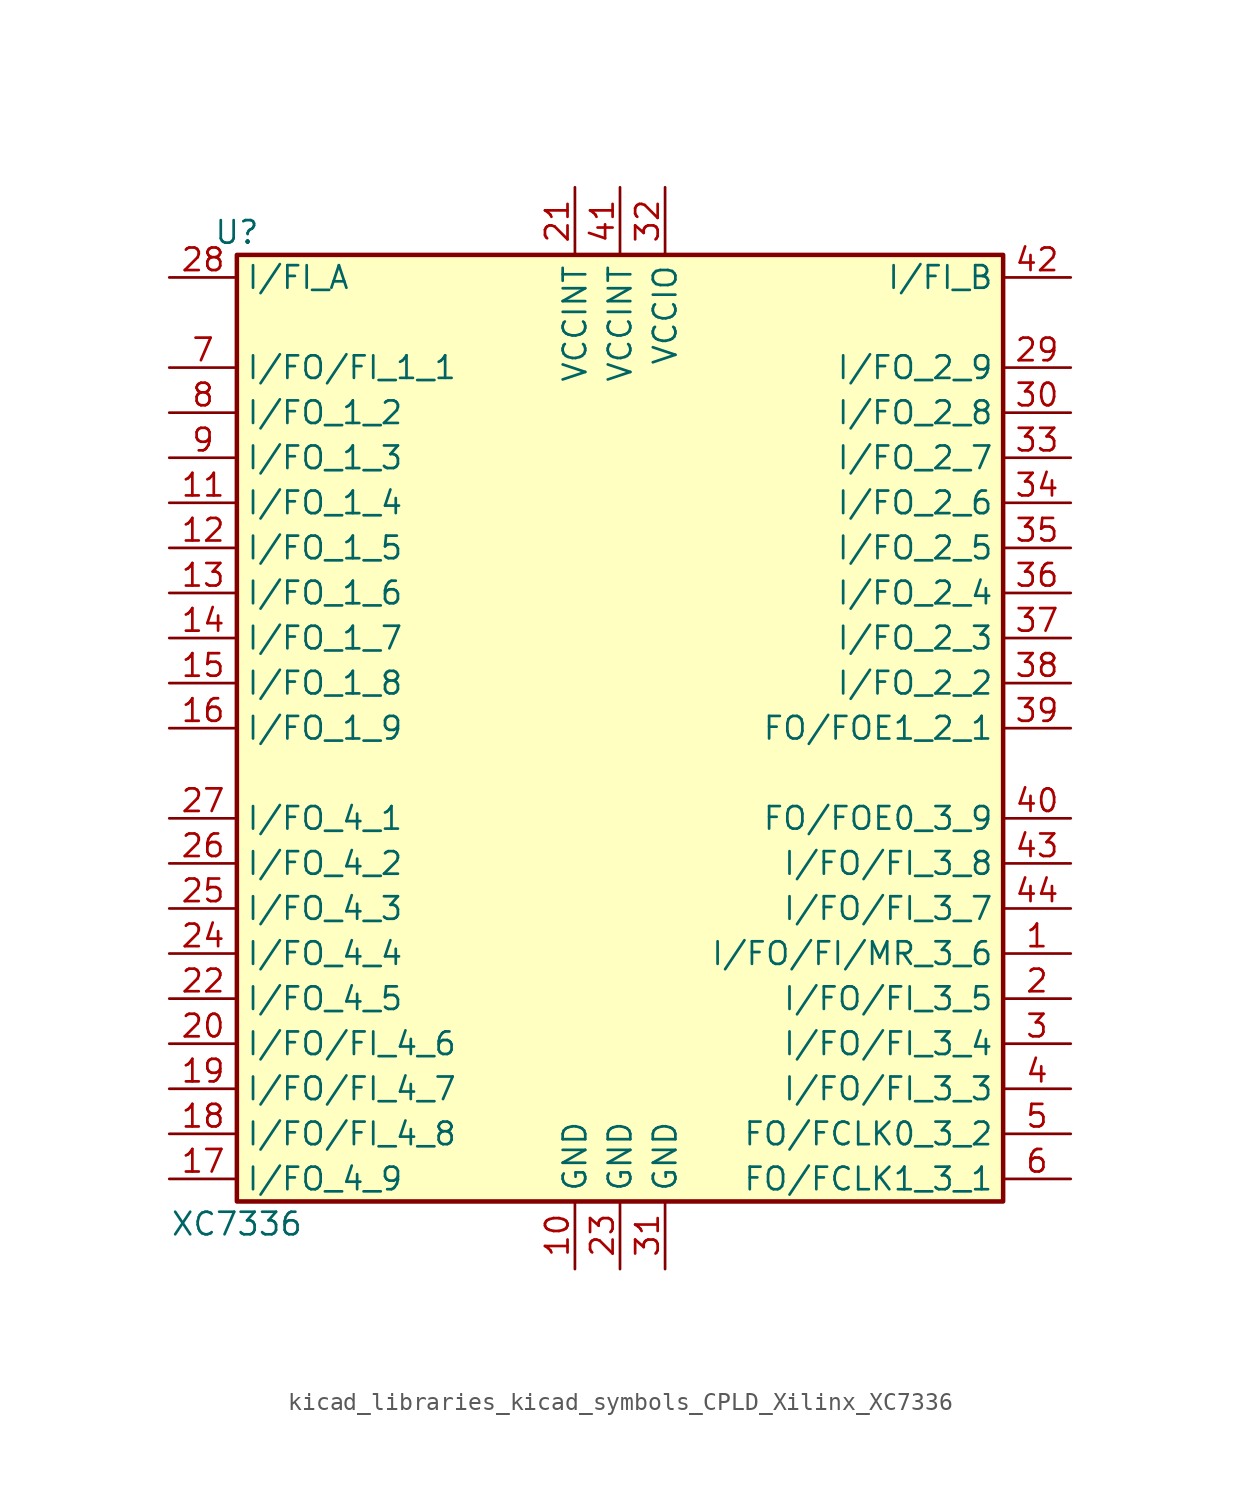
<source format=kicad_sym>
(kicad_symbol_lib
  (version 20220914)
  (generator kicad_symbol_editor)
  (symbol "kicad_libraries_kicad_symbols_CPLD_Xilinx_XC7336"
    (property "Reference" "U"
      (at -21.59 27.94 0)
      (effects (font (size 1.27 1.27))))
    (property "Value" "XC7336"
      (at -21.59 -27.94 0)
      (effects (font (size 1.27 1.27))))
    (symbol "kicad_libraries_kicad_symbols_CPLD_Xilinx_XC7336_1_1"
      (rectangle (start -21.59 26.67) (end 21.59 -26.67) (stroke (width 0.254) (type default)) (fill (type background)))
      (pin bidirectional line (at 25.4 -12.7 180) (length 3.81) (name "I/FO/FI/MR_3_6" (effects (font (size 1.27 1.27)))) (number "1" (effects (font (size 1.27 1.27)))))
      (pin power_in line (at -2.54 -30.48 90) (length 3.81) (name "GND" (effects (font (size 1.27 1.27)))) (number "10" (effects (font (size 1.27 1.27)))))
      (pin bidirectional line (at -25.4 12.7 0) (length 3.81) (name "I/FO_1_4" (effects (font (size 1.27 1.27)))) (number "11" (effects (font (size 1.27 1.27)))))
      (pin bidirectional line (at -25.4 10.16 0) (length 3.81) (name "I/FO_1_5" (effects (font (size 1.27 1.27)))) (number "12" (effects (font (size 1.27 1.27)))))
      (pin bidirectional line (at -25.4 7.62 0) (length 3.81) (name "I/FO_1_6" (effects (font (size 1.27 1.27)))) (number "13" (effects (font (size 1.27 1.27)))))
      (pin bidirectional line (at -25.4 5.08 0) (length 3.81) (name "I/FO_1_7" (effects (font (size 1.27 1.27)))) (number "14" (effects (font (size 1.27 1.27)))))
      (pin bidirectional line (at -25.4 2.54 0) (length 3.81) (name "I/FO_1_8" (effects (font (size 1.27 1.27)))) (number "15" (effects (font (size 1.27 1.27)))))
      (pin bidirectional line (at -25.4 0 0) (length 3.81) (name "I/FO_1_9" (effects (font (size 1.27 1.27)))) (number "16" (effects (font (size 1.27 1.27)))))
      (pin bidirectional line (at -25.4 -25.4 0) (length 3.81) (name "I/FO_4_9" (effects (font (size 1.27 1.27)))) (number "17" (effects (font (size 1.27 1.27)))))
      (pin bidirectional line (at -25.4 -22.86 0) (length 3.81) (name "I/FO/FI_4_8" (effects (font (size 1.27 1.27)))) (number "18" (effects (font (size 1.27 1.27)))))
      (pin bidirectional line (at -25.4 -20.32 0) (length 3.81) (name "I/FO/FI_4_7" (effects (font (size 1.27 1.27)))) (number "19" (effects (font (size 1.27 1.27)))))
      (pin bidirectional line (at 25.4 -15.24 180) (length 3.81) (name "I/FO/FI_3_5" (effects (font (size 1.27 1.27)))) (number "2" (effects (font (size 1.27 1.27)))))
      (pin bidirectional line (at -25.4 -17.78 0) (length 3.81) (name "I/FO/FI_4_6" (effects (font (size 1.27 1.27)))) (number "20" (effects (font (size 1.27 1.27)))))
      (pin power_in line (at -2.54 30.48 270) (length 3.81) (name "VCCINT" (effects (font (size 1.27 1.27)))) (number "21" (effects (font (size 1.27 1.27)))))
      (pin bidirectional line (at -25.4 -15.24 0) (length 3.81) (name "I/FO_4_5" (effects (font (size 1.27 1.27)))) (number "22" (effects (font (size 1.27 1.27)))))
      (pin power_in line (at 0 -30.48 90) (length 3.81) (name "GND" (effects (font (size 1.27 1.27)))) (number "23" (effects (font (size 1.27 1.27)))))
      (pin bidirectional line (at -25.4 -12.7 0) (length 3.81) (name "I/FO_4_4" (effects (font (size 1.27 1.27)))) (number "24" (effects (font (size 1.27 1.27)))))
      (pin bidirectional line (at -25.4 -10.16 0) (length 3.81) (name "I/FO_4_3" (effects (font (size 1.27 1.27)))) (number "25" (effects (font (size 1.27 1.27)))))
      (pin bidirectional line (at -25.4 -7.62 0) (length 3.81) (name "I/FO_4_2" (effects (font (size 1.27 1.27)))) (number "26" (effects (font (size 1.27 1.27)))))
      (pin bidirectional line (at -25.4 -5.08 0) (length 3.81) (name "I/FO_4_1" (effects (font (size 1.27 1.27)))) (number "27" (effects (font (size 1.27 1.27)))))
      (pin bidirectional line (at -25.4 25.4 0) (length 3.81) (name "I/FI_A" (effects (font (size 1.27 1.27)))) (number "28" (effects (font (size 1.27 1.27)))))
      (pin bidirectional line (at 25.4 20.32 180) (length 3.81) (name "I/FO_2_9" (effects (font (size 1.27 1.27)))) (number "29" (effects (font (size 1.27 1.27)))))
      (pin bidirectional line (at 25.4 -17.78 180) (length 3.81) (name "I/FO/FI_3_4" (effects (font (size 1.27 1.27)))) (number "3" (effects (font (size 1.27 1.27)))))
      (pin bidirectional line (at 25.4 17.78 180) (length 3.81) (name "I/FO_2_8" (effects (font (size 1.27 1.27)))) (number "30" (effects (font (size 1.27 1.27)))))
      (pin power_in line (at 2.54 -30.48 90) (length 3.81) (name "GND" (effects (font (size 1.27 1.27)))) (number "31" (effects (font (size 1.27 1.27)))))
      (pin power_in line (at 2.54 30.48 270) (length 3.81) (name "VCCIO" (effects (font (size 1.27 1.27)))) (number "32" (effects (font (size 1.27 1.27)))))
      (pin bidirectional line (at 25.4 15.24 180) (length 3.81) (name "I/FO_2_7" (effects (font (size 1.27 1.27)))) (number "33" (effects (font (size 1.27 1.27)))))
      (pin bidirectional line (at 25.4 12.7 180) (length 3.81) (name "I/FO_2_6" (effects (font (size 1.27 1.27)))) (number "34" (effects (font (size 1.27 1.27)))))
      (pin bidirectional line (at 25.4 10.16 180) (length 3.81) (name "I/FO_2_5" (effects (font (size 1.27 1.27)))) (number "35" (effects (font (size 1.27 1.27)))))
      (pin bidirectional line (at 25.4 7.62 180) (length 3.81) (name "I/FO_2_4" (effects (font (size 1.27 1.27)))) (number "36" (effects (font (size 1.27 1.27)))))
      (pin bidirectional line (at 25.4 5.08 180) (length 3.81) (name "I/FO_2_3" (effects (font (size 1.27 1.27)))) (number "37" (effects (font (size 1.27 1.27)))))
      (pin bidirectional line (at 25.4 2.54 180) (length 3.81) (name "I/FO_2_2" (effects (font (size 1.27 1.27)))) (number "38" (effects (font (size 1.27 1.27)))))
      (pin bidirectional line (at 25.4 0 180) (length 3.81) (name "FO/FOE1_2_1" (effects (font (size 1.27 1.27)))) (number "39" (effects (font (size 1.27 1.27)))))
      (pin bidirectional line (at 25.4 -20.32 180) (length 3.81) (name "I/FO/FI_3_3" (effects (font (size 1.27 1.27)))) (number "4" (effects (font (size 1.27 1.27)))))
      (pin bidirectional line (at 25.4 -5.08 180) (length 3.81) (name "FO/FOE0_3_9" (effects (font (size 1.27 1.27)))) (number "40" (effects (font (size 1.27 1.27)))))
      (pin power_in line (at 0 30.48 270) (length 3.81) (name "VCCINT" (effects (font (size 1.27 1.27)))) (number "41" (effects (font (size 1.27 1.27)))))
      (pin bidirectional line (at 25.4 25.4 180) (length 3.81) (name "I/FI_B" (effects (font (size 1.27 1.27)))) (number "42" (effects (font (size 1.27 1.27)))))
      (pin bidirectional line (at 25.4 -7.62 180) (length 3.81) (name "I/FO/FI_3_8" (effects (font (size 1.27 1.27)))) (number "43" (effects (font (size 1.27 1.27)))))
      (pin bidirectional line (at 25.4 -10.16 180) (length 3.81) (name "I/FO/FI_3_7" (effects (font (size 1.27 1.27)))) (number "44" (effects (font (size 1.27 1.27)))))
      (pin bidirectional line (at 25.4 -22.86 180) (length 3.81) (name "FO/FCLK0_3_2" (effects (font (size 1.27 1.27)))) (number "5" (effects (font (size 1.27 1.27)))))
      (pin bidirectional line (at 25.4 -25.4 180) (length 3.81) (name "FO/FCLK1_3_1" (effects (font (size 1.27 1.27)))) (number "6" (effects (font (size 1.27 1.27)))))
      (pin bidirectional line (at -25.4 20.32 0) (length 3.81) (name "I/FO/FI_1_1" (effects (font (size 1.27 1.27)))) (number "7" (effects (font (size 1.27 1.27)))))
      (pin bidirectional line (at -25.4 17.78 0) (length 3.81) (name "I/FO_1_2" (effects (font (size 1.27 1.27)))) (number "8" (effects (font (size 1.27 1.27)))))
      (pin bidirectional line (at -25.4 15.24 0) (length 3.81) (name "I/FO_1_3" (effects (font (size 1.27 1.27)))) (number "9" (effects (font (size 1.27 1.27))))))))
</source>
